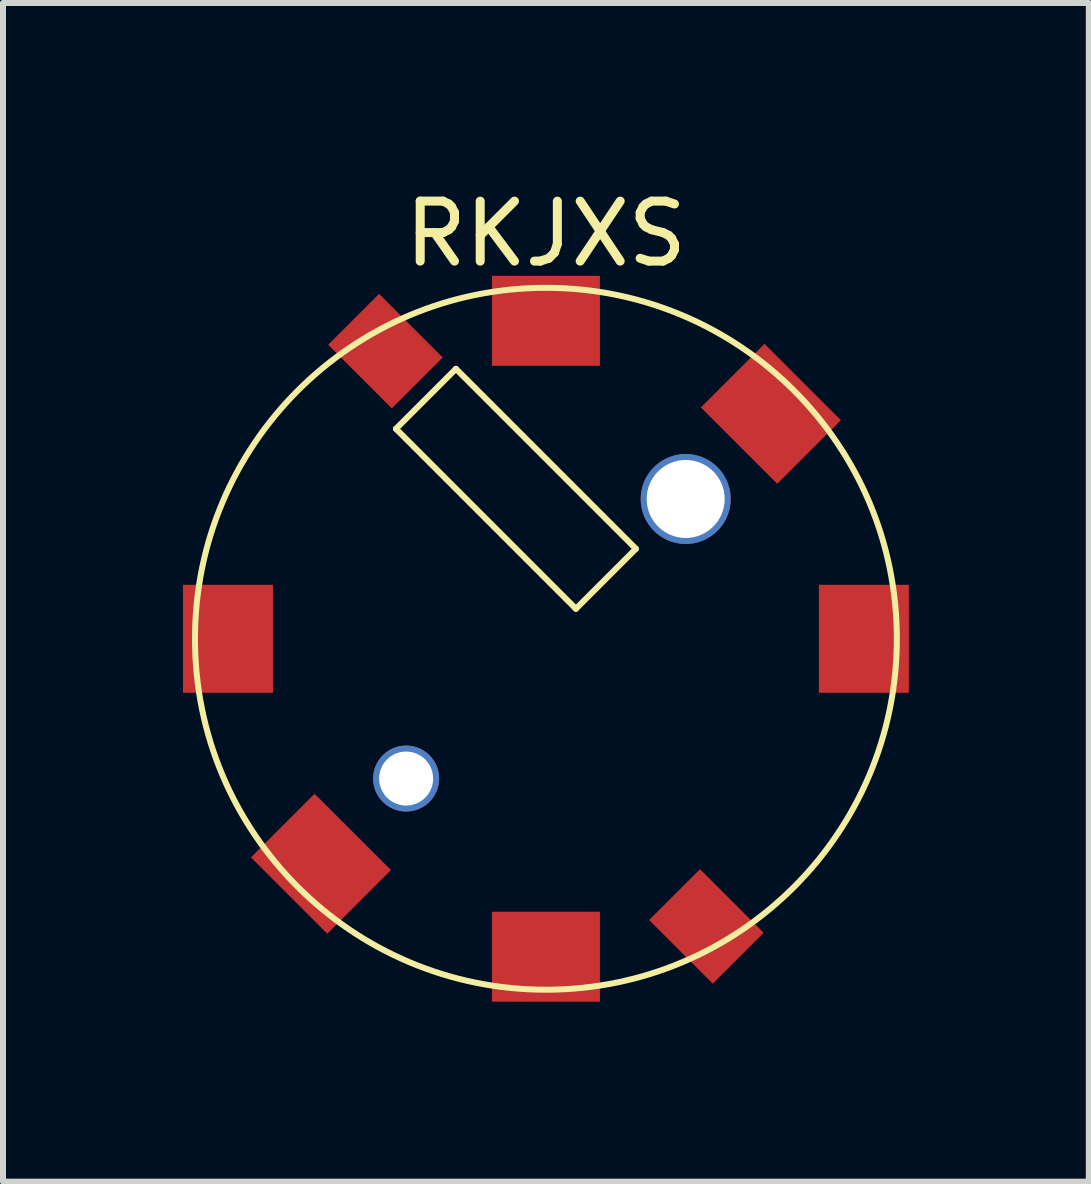
<source format=kicad_pcb>
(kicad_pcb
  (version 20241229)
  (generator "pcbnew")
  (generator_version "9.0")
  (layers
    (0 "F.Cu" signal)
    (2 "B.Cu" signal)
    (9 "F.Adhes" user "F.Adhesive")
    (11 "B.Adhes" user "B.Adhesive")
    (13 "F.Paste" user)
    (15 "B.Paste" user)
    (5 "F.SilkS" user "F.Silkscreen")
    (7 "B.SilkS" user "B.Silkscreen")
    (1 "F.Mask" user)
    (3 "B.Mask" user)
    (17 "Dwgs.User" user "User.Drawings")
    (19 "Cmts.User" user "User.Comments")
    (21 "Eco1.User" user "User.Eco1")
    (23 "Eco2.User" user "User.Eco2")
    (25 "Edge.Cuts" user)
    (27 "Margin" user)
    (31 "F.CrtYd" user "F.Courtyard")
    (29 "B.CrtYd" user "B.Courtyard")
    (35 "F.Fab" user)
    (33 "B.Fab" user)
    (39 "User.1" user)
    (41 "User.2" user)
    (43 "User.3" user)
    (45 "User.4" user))
  (footprint "RKJXS"
    (layer "F.Cu")
    (at 6.05 7.598)
    (property "Reference" "RKJXS" (at 0 -6.75 0) (layer "F.SilkS") (effects (font (size 1 1) (thickness 0.15))))
    (attr through_hole)
    (fp_line (start -2.5 -3.5) (end 0.5 -0.5) (stroke (width 0.1) (type solid)) (layer "F.SilkS"))
    (fp_line (start -1.5 -4.5) (end -2.5 -3.5) (stroke (width 0.1) (type solid)) (layer "F.SilkS"))
    (fp_line (start 0.5 -0.5) (end 1.5 -1.5) (stroke (width 0.1) (type solid)) (layer "F.SilkS"))
    (fp_line (start 1.5 -1.5) (end -1.5 -4.5) (stroke (width 0.1) (type solid)) (layer "F.SilkS"))
    (fp_circle (center 0 0) (end -5.85 0) (stroke (width 0.1) (type solid)) (fill no) (layer "F.SilkS"))
    (pad "" np_thru_hole circle (at -2.33 2.33) (size 1.1 1.1) (drill 0.9) (layers "*.Cu" "*.Mask"))
    (pad "" np_thru_hole circle (at 2.33 -2.33) (size 1.5 1.5) (drill 1.3) (layers "*.Cu" "*.Mask"))
    (pad "1" smd rect (at 0 -5.3) (size 1.8 1.5) (layers "F.Cu" "F.Mask" "F.Paste"))
    (pad "2" smd rect (at 5.3 0 90) (size 1.8 1.5) (layers "F.Cu" "F.Mask" "F.Paste"))
    (pad "3" smd rect (at 0 5.3) (size 1.8 1.5) (layers "F.Cu" "F.Mask" "F.Paste"))
    (pad "4" smd rect (at -5.3 0 90) (size 1.8 1.5) (layers "F.Cu" "F.Mask" "F.Paste"))
    (pad "C" smd rect (at 2.675 4.795 45) (size 1.2 1.5) (layers "F.Cu" "F.Mask" "F.Paste"))
    (pad "E" smd rect (at -3.75 3.75 315) (size 1.8 1.5) (layers "F.Cu" "F.Mask" "F.Paste"))
    (pad "E" smd rect (at 3.75 -3.75 315) (size 1.8 1.5) (layers "F.Cu" "F.Mask" "F.Paste"))
    (pad "P" smd rect (at -2.675 -4.795 45) (size 1.2 1.5) (layers "F.Cu" "F.Mask" "F.Paste")))
  (gr_rect
    (start -3 -3)
    (end 15.1 16.648)
    (stroke (width 0.1) (type default))
    (fill no)
    (layer "Edge.Cuts")))
</source>
